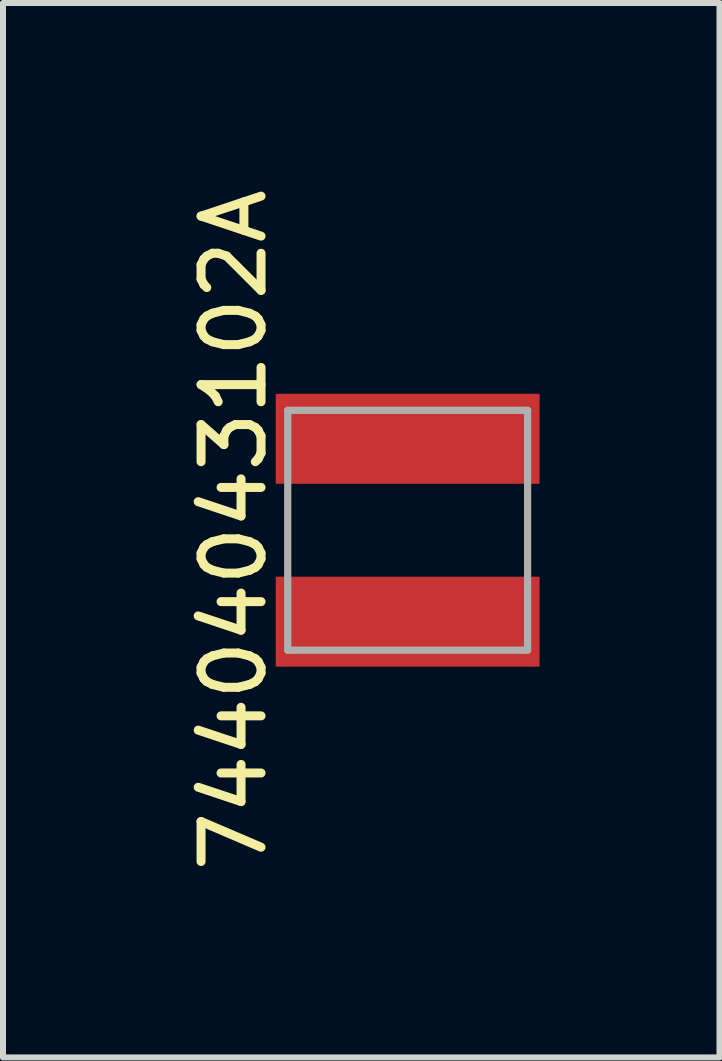
<source format=kicad_pcb>
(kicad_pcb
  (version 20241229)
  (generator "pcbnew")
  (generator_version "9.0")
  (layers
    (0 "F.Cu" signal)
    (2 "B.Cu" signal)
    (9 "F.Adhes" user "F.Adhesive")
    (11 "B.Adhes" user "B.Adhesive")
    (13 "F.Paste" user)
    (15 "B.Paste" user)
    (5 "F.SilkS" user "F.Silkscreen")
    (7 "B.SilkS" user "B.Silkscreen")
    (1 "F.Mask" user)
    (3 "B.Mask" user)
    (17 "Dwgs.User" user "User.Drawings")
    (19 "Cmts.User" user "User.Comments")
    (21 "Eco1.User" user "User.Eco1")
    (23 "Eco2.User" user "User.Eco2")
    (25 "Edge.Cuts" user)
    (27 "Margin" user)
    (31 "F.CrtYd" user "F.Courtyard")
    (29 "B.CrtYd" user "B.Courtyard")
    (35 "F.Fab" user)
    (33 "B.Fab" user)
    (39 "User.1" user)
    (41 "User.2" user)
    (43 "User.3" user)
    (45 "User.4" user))
  (footprint "74404043102A"
    (layer "F.Cu")
    (at 3.748 5.792)
    (property "Reference" "74404043102A" (at -2.9 0 90) (layer "F.SilkS") (effects (font (size 1 1) (thickness 0.15))))
    (attr through_hole)
    (fp_line (start -2 -2) (end 2 -2) (stroke (width 0.12) (type solid)) (layer "F.Fab"))
    (fp_line (start -2 2) (end -2 -2) (stroke (width 0.12) (type solid)) (layer "F.Fab"))
    (fp_line (start 2 -2) (end 2 2) (stroke (width 0.12) (type solid)) (layer "F.Fab"))
    (fp_line (start 2 2) (end -2 2) (stroke (width 0.12) (type solid)) (layer "F.Fab"))
    (pad "1" smd rect (at 0 -1.525) (size 4.4 1.5) (layers "F.Cu" "F.Mask" "F.Paste"))
    (pad "2" smd rect (at 0 1.525) (size 4.4 1.5) (layers "F.Cu" "F.Mask" "F.Paste")))
  (gr_rect
    (start -3 -3)
    (end 8.948 14.583)
    (stroke (width 0.1) (type default))
    (fill no)
    (layer "Edge.Cuts")))
</source>
